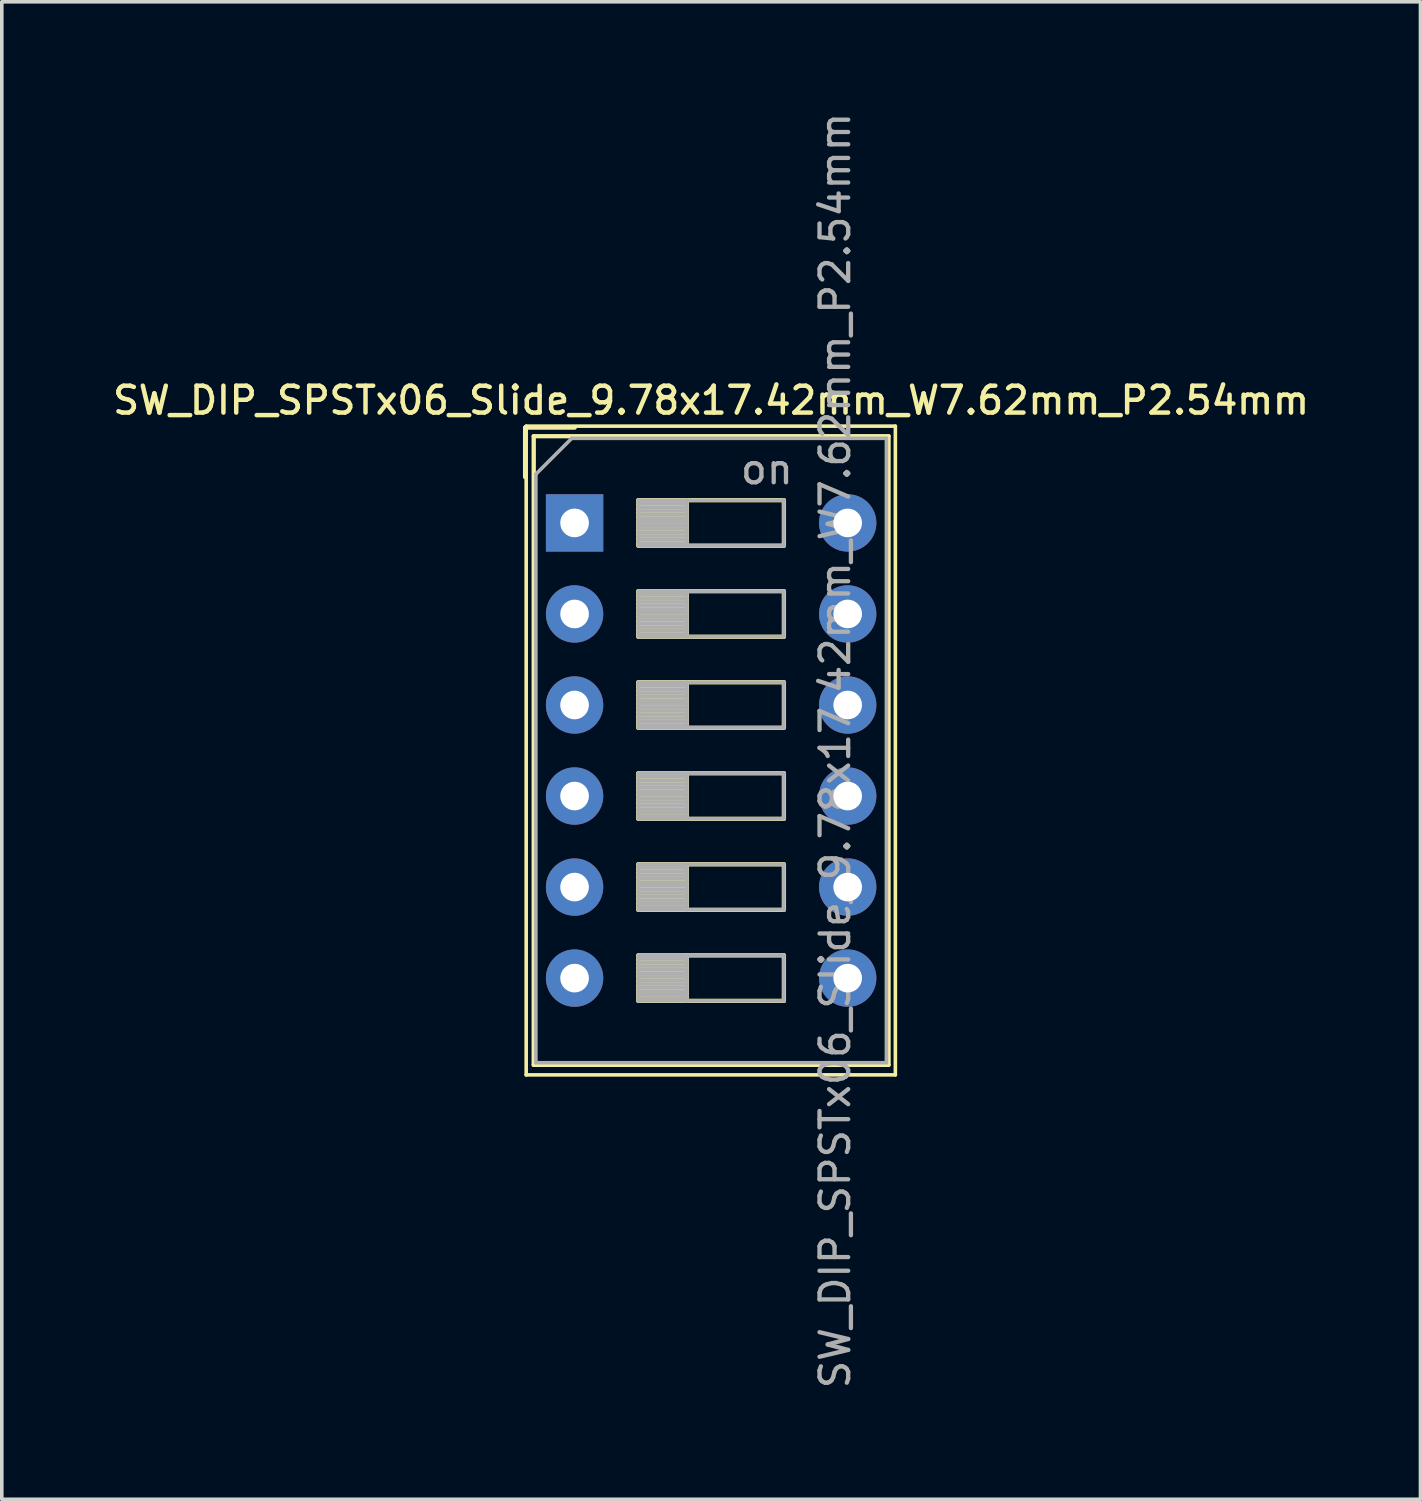
<source format=kicad_pcb>
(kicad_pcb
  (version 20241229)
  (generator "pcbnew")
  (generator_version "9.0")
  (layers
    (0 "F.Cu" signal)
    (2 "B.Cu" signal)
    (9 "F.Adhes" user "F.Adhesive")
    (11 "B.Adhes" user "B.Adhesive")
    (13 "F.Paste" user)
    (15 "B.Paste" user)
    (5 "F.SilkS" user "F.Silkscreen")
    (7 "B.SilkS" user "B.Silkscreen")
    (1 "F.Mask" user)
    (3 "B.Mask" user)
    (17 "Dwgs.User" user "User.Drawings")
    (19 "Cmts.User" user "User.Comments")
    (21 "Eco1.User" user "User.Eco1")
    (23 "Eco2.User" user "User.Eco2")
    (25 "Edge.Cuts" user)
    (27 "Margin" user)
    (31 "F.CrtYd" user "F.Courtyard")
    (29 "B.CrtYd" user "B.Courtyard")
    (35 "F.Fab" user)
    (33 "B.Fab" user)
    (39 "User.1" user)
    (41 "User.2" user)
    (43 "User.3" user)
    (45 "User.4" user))
  (footprint "SW_DIP_SPSTx06_Slide_9.78x17.42mm_W7.62mm_P2.54mm"
    (layer "F.Cu")
    (at 12.981 11.54)
    (property "Reference" "SW_DIP_SPSTx06_Slide_9.78x17.42mm_W7.62mm_P2.54mm" (at 3.81 -3.42 0) (layer "F.SilkS") (effects (font (size 0.75 0.75) (thickness 0.125))))
    (attr through_hole)
    (fp_line (start -1.38 -2.66) (end -1.38 -1.277) (stroke (width 0.12) (type solid)) (layer "F.SilkS"))
    (fp_line (start -1.38 -2.66) (end 0.004 -2.66) (stroke (width 0.12) (type solid)) (layer "F.SilkS"))
    (fp_line (start -1.35 -2.7) (end -1.35 15.4) (stroke (width 0.1) (type solid)) (layer "F.SilkS"))
    (fp_line (start -1.35 15.4) (end 8.95 15.4) (stroke (width 0.1) (type solid)) (layer "F.SilkS"))
    (fp_line (start -1.14 -2.42) (end -1.14 15.12) (stroke (width 0.12) (type solid)) (layer "F.SilkS"))
    (fp_line (start -1.14 -2.42) (end 8.76 -2.42) (stroke (width 0.12) (type solid)) (layer "F.SilkS"))
    (fp_line (start -1.14 15.12) (end 8.76 15.12) (stroke (width 0.12) (type solid)) (layer "F.SilkS"))
    (fp_line (start 1.78 -0.635) (end 1.78 0.635) (stroke (width 0.12) (type solid)) (layer "F.SilkS"))
    (fp_line (start 1.78 -0.515) (end 3.133 -0.515) (stroke (width 0.12) (type solid)) (layer "F.SilkS"))
    (fp_line (start 1.78 -0.395) (end 3.133 -0.395) (stroke (width 0.12) (type solid)) (layer "F.SilkS"))
    (fp_line (start 1.78 -0.275) (end 3.133 -0.275) (stroke (width 0.12) (type solid)) (layer "F.SilkS"))
    (fp_line (start 1.78 -0.155) (end 3.133 -0.155) (stroke (width 0.12) (type solid)) (layer "F.SilkS"))
    (fp_line (start 1.78 -0.035) (end 3.133 -0.035) (stroke (width 0.12) (type solid)) (layer "F.SilkS"))
    (fp_line (start 1.78 0.085) (end 3.133 0.085) (stroke (width 0.12) (type solid)) (layer "F.SilkS"))
    (fp_line (start 1.78 0.205) (end 3.133 0.205) (stroke (width 0.12) (type solid)) (layer "F.SilkS"))
    (fp_line (start 1.78 0.325) (end 3.133 0.325) (stroke (width 0.12) (type solid)) (layer "F.SilkS"))
    (fp_line (start 1.78 0.445) (end 3.133 0.445) (stroke (width 0.12) (type solid)) (layer "F.SilkS"))
    (fp_line (start 1.78 0.565) (end 3.133 0.565) (stroke (width 0.12) (type solid)) (layer "F.SilkS"))
    (fp_line (start 1.78 0.635) (end 5.84 0.635) (stroke (width 0.12) (type solid)) (layer "F.SilkS"))
    (fp_line (start 1.78 1.905) (end 1.78 3.175) (stroke (width 0.12) (type solid)) (layer "F.SilkS"))
    (fp_line (start 1.78 2.025) (end 3.133 2.025) (stroke (width 0.12) (type solid)) (layer "F.SilkS"))
    (fp_line (start 1.78 2.145) (end 3.133 2.145) (stroke (width 0.12) (type solid)) (layer "F.SilkS"))
    (fp_line (start 1.78 2.265) (end 3.133 2.265) (stroke (width 0.12) (type solid)) (layer "F.SilkS"))
    (fp_line (start 1.78 2.385) (end 3.133 2.385) (stroke (width 0.12) (type solid)) (layer "F.SilkS"))
    (fp_line (start 1.78 2.505) (end 3.133 2.505) (stroke (width 0.12) (type solid)) (layer "F.SilkS"))
    (fp_line (start 1.78 2.625) (end 3.133 2.625) (stroke (width 0.12) (type solid)) (layer "F.SilkS"))
    (fp_line (start 1.78 2.745) (end 3.133 2.745) (stroke (width 0.12) (type solid)) (layer "F.SilkS"))
    (fp_line (start 1.78 2.865) (end 3.133 2.865) (stroke (width 0.12) (type solid)) (layer "F.SilkS"))
    (fp_line (start 1.78 2.985) (end 3.133 2.985) (stroke (width 0.12) (type solid)) (layer "F.SilkS"))
    (fp_line (start 1.78 3.105) (end 3.133 3.105) (stroke (width 0.12) (type solid)) (layer "F.SilkS"))
    (fp_line (start 1.78 3.175) (end 5.84 3.175) (stroke (width 0.12) (type solid)) (layer "F.SilkS"))
    (fp_line (start 1.78 4.445) (end 1.78 5.715) (stroke (width 0.12) (type solid)) (layer "F.SilkS"))
    (fp_line (start 1.78 4.565) (end 3.133 4.565) (stroke (width 0.12) (type solid)) (layer "F.SilkS"))
    (fp_line (start 1.78 4.685) (end 3.133 4.685) (stroke (width 0.12) (type solid)) (layer "F.SilkS"))
    (fp_line (start 1.78 4.805) (end 3.133 4.805) (stroke (width 0.12) (type solid)) (layer "F.SilkS"))
    (fp_line (start 1.78 4.925) (end 3.133 4.925) (stroke (width 0.12) (type solid)) (layer "F.SilkS"))
    (fp_line (start 1.78 5.045) (end 3.133 5.045) (stroke (width 0.12) (type solid)) (layer "F.SilkS"))
    (fp_line (start 1.78 5.165) (end 3.133 5.165) (stroke (width 0.12) (type solid)) (layer "F.SilkS"))
    (fp_line (start 1.78 5.285) (end 3.133 5.285) (stroke (width 0.12) (type solid)) (layer "F.SilkS"))
    (fp_line (start 1.78 5.405) (end 3.133 5.405) (stroke (width 0.12) (type solid)) (layer "F.SilkS"))
    (fp_line (start 1.78 5.525) (end 3.133 5.525) (stroke (width 0.12) (type solid)) (layer "F.SilkS"))
    (fp_line (start 1.78 5.645) (end 3.133 5.645) (stroke (width 0.12) (type solid)) (layer "F.SilkS"))
    (fp_line (start 1.78 5.715) (end 5.84 5.715) (stroke (width 0.12) (type solid)) (layer "F.SilkS"))
    (fp_line (start 1.78 6.985) (end 1.78 8.255) (stroke (width 0.12) (type solid)) (layer "F.SilkS"))
    (fp_line (start 1.78 7.105) (end 3.133 7.105) (stroke (width 0.12) (type solid)) (layer "F.SilkS"))
    (fp_line (start 1.78 7.225) (end 3.133 7.225) (stroke (width 0.12) (type solid)) (layer "F.SilkS"))
    (fp_line (start 1.78 7.345) (end 3.133 7.345) (stroke (width 0.12) (type solid)) (layer "F.SilkS"))
    (fp_line (start 1.78 7.465) (end 3.133 7.465) (stroke (width 0.12) (type solid)) (layer "F.SilkS"))
    (fp_line (start 1.78 7.585) (end 3.133 7.585) (stroke (width 0.12) (type solid)) (layer "F.SilkS"))
    (fp_line (start 1.78 7.705) (end 3.133 7.705) (stroke (width 0.12) (type solid)) (layer "F.SilkS"))
    (fp_line (start 1.78 7.825) (end 3.133 7.825) (stroke (width 0.12) (type solid)) (layer "F.SilkS"))
    (fp_line (start 1.78 7.945) (end 3.133 7.945) (stroke (width 0.12) (type solid)) (layer "F.SilkS"))
    (fp_line (start 1.78 8.065) (end 3.133 8.065) (stroke (width 0.12) (type solid)) (layer "F.SilkS"))
    (fp_line (start 1.78 8.185) (end 3.133 8.185) (stroke (width 0.12) (type solid)) (layer "F.SilkS"))
    (fp_line (start 1.78 8.255) (end 5.84 8.255) (stroke (width 0.12) (type solid)) (layer "F.SilkS"))
    (fp_line (start 1.78 9.525) (end 1.78 10.795) (stroke (width 0.12) (type solid)) (layer "F.SilkS"))
    (fp_line (start 1.78 9.645) (end 3.133 9.645) (stroke (width 0.12) (type solid)) (layer "F.SilkS"))
    (fp_line (start 1.78 9.765) (end 3.133 9.765) (stroke (width 0.12) (type solid)) (layer "F.SilkS"))
    (fp_line (start 1.78 9.885) (end 3.133 9.885) (stroke (width 0.12) (type solid)) (layer "F.SilkS"))
    (fp_line (start 1.78 10.005) (end 3.133 10.005) (stroke (width 0.12) (type solid)) (layer "F.SilkS"))
    (fp_line (start 1.78 10.125) (end 3.133 10.125) (stroke (width 0.12) (type solid)) (layer "F.SilkS"))
    (fp_line (start 1.78 10.245) (end 3.133 10.245) (stroke (width 0.12) (type solid)) (layer "F.SilkS"))
    (fp_line (start 1.78 10.365) (end 3.133 10.365) (stroke (width 0.12) (type solid)) (layer "F.SilkS"))
    (fp_line (start 1.78 10.485) (end 3.133 10.485) (stroke (width 0.12) (type solid)) (layer "F.SilkS"))
    (fp_line (start 1.78 10.605) (end 3.133 10.605) (stroke (width 0.12) (type solid)) (layer "F.SilkS"))
    (fp_line (start 1.78 10.725) (end 3.133 10.725) (stroke (width 0.12) (type solid)) (layer "F.SilkS"))
    (fp_line (start 1.78 10.795) (end 5.84 10.795) (stroke (width 0.12) (type solid)) (layer "F.SilkS"))
    (fp_line (start 1.78 12.065) (end 1.78 13.335) (stroke (width 0.12) (type solid)) (layer "F.SilkS"))
    (fp_line (start 1.78 12.185) (end 3.133 12.185) (stroke (width 0.12) (type solid)) (layer "F.SilkS"))
    (fp_line (start 1.78 12.305) (end 3.133 12.305) (stroke (width 0.12) (type solid)) (layer "F.SilkS"))
    (fp_line (start 1.78 12.425) (end 3.133 12.425) (stroke (width 0.12) (type solid)) (layer "F.SilkS"))
    (fp_line (start 1.78 12.545) (end 3.133 12.545) (stroke (width 0.12) (type solid)) (layer "F.SilkS"))
    (fp_line (start 1.78 12.665) (end 3.133 12.665) (stroke (width 0.12) (type solid)) (layer "F.SilkS"))
    (fp_line (start 1.78 12.785) (end 3.133 12.785) (stroke (width 0.12) (type solid)) (layer "F.SilkS"))
    (fp_line (start 1.78 12.905) (end 3.133 12.905) (stroke (width 0.12) (type solid)) (layer "F.SilkS"))
    (fp_line (start 1.78 13.025) (end 3.133 13.025) (stroke (width 0.12) (type solid)) (layer "F.SilkS"))
    (fp_line (start 1.78 13.145) (end 3.133 13.145) (stroke (width 0.12) (type solid)) (layer "F.SilkS"))
    (fp_line (start 1.78 13.265) (end 3.133 13.265) (stroke (width 0.12) (type solid)) (layer "F.SilkS"))
    (fp_line (start 1.78 13.335) (end 5.84 13.335) (stroke (width 0.12) (type solid)) (layer "F.SilkS"))
    (fp_line (start 3.133 -0.635) (end 3.133 0.635) (stroke (width 0.12) (type solid)) (layer "F.SilkS"))
    (fp_line (start 3.133 1.905) (end 3.133 3.175) (stroke (width 0.12) (type solid)) (layer "F.SilkS"))
    (fp_line (start 3.133 4.445) (end 3.133 5.715) (stroke (width 0.12) (type solid)) (layer "F.SilkS"))
    (fp_line (start 3.133 6.985) (end 3.133 8.255) (stroke (width 0.12) (type solid)) (layer "F.SilkS"))
    (fp_line (start 3.133 9.525) (end 3.133 10.795) (stroke (width 0.12) (type solid)) (layer "F.SilkS"))
    (fp_line (start 3.133 12.065) (end 3.133 13.335) (stroke (width 0.12) (type solid)) (layer "F.SilkS"))
    (fp_line (start 5.84 -0.635) (end 1.78 -0.635) (stroke (width 0.12) (type solid)) (layer "F.SilkS"))
    (fp_line (start 5.84 0.635) (end 5.84 -0.635) (stroke (width 0.12) (type solid)) (layer "F.SilkS"))
    (fp_line (start 5.84 1.905) (end 1.78 1.905) (stroke (width 0.12) (type solid)) (layer "F.SilkS"))
    (fp_line (start 5.84 3.175) (end 5.84 1.905) (stroke (width 0.12) (type solid)) (layer "F.SilkS"))
    (fp_line (start 5.84 4.445) (end 1.78 4.445) (stroke (width 0.12) (type solid)) (layer "F.SilkS"))
    (fp_line (start 5.84 5.715) (end 5.84 4.445) (stroke (width 0.12) (type solid)) (layer "F.SilkS"))
    (fp_line (start 5.84 6.985) (end 1.78 6.985) (stroke (width 0.12) (type solid)) (layer "F.SilkS"))
    (fp_line (start 5.84 8.255) (end 5.84 6.985) (stroke (width 0.12) (type solid)) (layer "F.SilkS"))
    (fp_line (start 5.84 9.525) (end 1.78 9.525) (stroke (width 0.12) (type solid)) (layer "F.SilkS"))
    (fp_line (start 5.84 10.795) (end 5.84 9.525) (stroke (width 0.12) (type solid)) (layer "F.SilkS"))
    (fp_line (start 5.84 12.065) (end 1.78 12.065) (stroke (width 0.12) (type solid)) (layer "F.SilkS"))
    (fp_line (start 5.84 13.335) (end 5.84 12.065) (stroke (width 0.12) (type solid)) (layer "F.SilkS"))
    (fp_line (start 8.76 -2.42) (end 8.76 15.12) (stroke (width 0.12) (type solid)) (layer "F.SilkS"))
    (fp_line (start 8.95 -2.7) (end -1.35 -2.7) (stroke (width 0.1) (type solid)) (layer "F.SilkS"))
    (fp_line (start 8.95 15.4) (end 8.95 -2.7) (stroke (width 0.1) (type solid)) (layer "F.SilkS"))
    (fp_line (start -1.08 -1.36) (end -0.08 -2.36) (stroke (width 0.1) (type solid)) (layer "F.Fab"))
    (fp_line (start -1.08 15.06) (end -1.08 -1.36) (stroke (width 0.1) (type solid)) (layer "F.Fab"))
    (fp_line (start -0.08 -2.36) (end 8.7 -2.36) (stroke (width 0.1) (type solid)) (layer "F.Fab"))
    (fp_line (start 1.78 -0.635) (end 1.78 0.635) (stroke (width 0.1) (type solid)) (layer "F.Fab"))
    (fp_line (start 1.78 -0.535) (end 3.133 -0.535) (stroke (width 0.1) (type solid)) (layer "F.Fab"))
    (fp_line (start 1.78 -0.435) (end 3.133 -0.435) (stroke (width 0.1) (type solid)) (layer "F.Fab"))
    (fp_line (start 1.78 -0.335) (end 3.133 -0.335) (stroke (width 0.1) (type solid)) (layer "F.Fab"))
    (fp_line (start 1.78 -0.235) (end 3.133 -0.235) (stroke (width 0.1) (type solid)) (layer "F.Fab"))
    (fp_line (start 1.78 -0.135) (end 3.133 -0.135) (stroke (width 0.1) (type solid)) (layer "F.Fab"))
    (fp_line (start 1.78 -0.035) (end 3.133 -0.035) (stroke (width 0.1) (type solid)) (layer "F.Fab"))
    (fp_line (start 1.78 0.065) (end 3.133 0.065) (stroke (width 0.1) (type solid)) (layer "F.Fab"))
    (fp_line (start 1.78 0.165) (end 3.133 0.165) (stroke (width 0.1) (type solid)) (layer "F.Fab"))
    (fp_line (start 1.78 0.265) (end 3.133 0.265) (stroke (width 0.1) (type solid)) (layer "F.Fab"))
    (fp_line (start 1.78 0.365) (end 3.133 0.365) (stroke (width 0.1) (type solid)) (layer "F.Fab"))
    (fp_line (start 1.78 0.465) (end 3.133 0.465) (stroke (width 0.1) (type solid)) (layer "F.Fab"))
    (fp_line (start 1.78 0.565) (end 3.133 0.565) (stroke (width 0.1) (type solid)) (layer "F.Fab"))
    (fp_line (start 1.78 0.635) (end 5.84 0.635) (stroke (width 0.1) (type solid)) (layer "F.Fab"))
    (fp_line (start 1.78 1.905) (end 1.78 3.175) (stroke (width 0.1) (type solid)) (layer "F.Fab"))
    (fp_line (start 1.78 2.005) (end 3.133 2.005) (stroke (width 0.1) (type solid)) (layer "F.Fab"))
    (fp_line (start 1.78 2.105) (end 3.133 2.105) (stroke (width 0.1) (type solid)) (layer "F.Fab"))
    (fp_line (start 1.78 2.205) (end 3.133 2.205) (stroke (width 0.1) (type solid)) (layer "F.Fab"))
    (fp_line (start 1.78 2.305) (end 3.133 2.305) (stroke (width 0.1) (type solid)) (layer "F.Fab"))
    (fp_line (start 1.78 2.405) (end 3.133 2.405) (stroke (width 0.1) (type solid)) (layer "F.Fab"))
    (fp_line (start 1.78 2.505) (end 3.133 2.505) (stroke (width 0.1) (type solid)) (layer "F.Fab"))
    (fp_line (start 1.78 2.605) (end 3.133 2.605) (stroke (width 0.1) (type solid)) (layer "F.Fab"))
    (fp_line (start 1.78 2.705) (end 3.133 2.705) (stroke (width 0.1) (type solid)) (layer "F.Fab"))
    (fp_line (start 1.78 2.805) (end 3.133 2.805) (stroke (width 0.1) (type solid)) (layer "F.Fab"))
    (fp_line (start 1.78 2.905) (end 3.133 2.905) (stroke (width 0.1) (type solid)) (layer "F.Fab"))
    (fp_line (start 1.78 3.005) (end 3.133 3.005) (stroke (width 0.1) (type solid)) (layer "F.Fab"))
    (fp_line (start 1.78 3.105) (end 3.133 3.105) (stroke (width 0.1) (type solid)) (layer "F.Fab"))
    (fp_line (start 1.78 3.175) (end 5.84 3.175) (stroke (width 0.1) (type solid)) (layer "F.Fab"))
    (fp_line (start 1.78 4.445) (end 1.78 5.715) (stroke (width 0.1) (type solid)) (layer "F.Fab"))
    (fp_line (start 1.78 4.545) (end 3.133 4.545) (stroke (width 0.1) (type solid)) (layer "F.Fab"))
    (fp_line (start 1.78 4.645) (end 3.133 4.645) (stroke (width 0.1) (type solid)) (layer "F.Fab"))
    (fp_line (start 1.78 4.745) (end 3.133 4.745) (stroke (width 0.1) (type solid)) (layer "F.Fab"))
    (fp_line (start 1.78 4.845) (end 3.133 4.845) (stroke (width 0.1) (type solid)) (layer "F.Fab"))
    (fp_line (start 1.78 4.945) (end 3.133 4.945) (stroke (width 0.1) (type solid)) (layer "F.Fab"))
    (fp_line (start 1.78 5.045) (end 3.133 5.045) (stroke (width 0.1) (type solid)) (layer "F.Fab"))
    (fp_line (start 1.78 5.145) (end 3.133 5.145) (stroke (width 0.1) (type solid)) (layer "F.Fab"))
    (fp_line (start 1.78 5.245) (end 3.133 5.245) (stroke (width 0.1) (type solid)) (layer "F.Fab"))
    (fp_line (start 1.78 5.345) (end 3.133 5.345) (stroke (width 0.1) (type solid)) (layer "F.Fab"))
    (fp_line (start 1.78 5.445) (end 3.133 5.445) (stroke (width 0.1) (type solid)) (layer "F.Fab"))
    (fp_line (start 1.78 5.545) (end 3.133 5.545) (stroke (width 0.1) (type solid)) (layer "F.Fab"))
    (fp_line (start 1.78 5.645) (end 3.133 5.645) (stroke (width 0.1) (type solid)) (layer "F.Fab"))
    (fp_line (start 1.78 5.715) (end 5.84 5.715) (stroke (width 0.1) (type solid)) (layer "F.Fab"))
    (fp_line (start 1.78 6.985) (end 1.78 8.255) (stroke (width 0.1) (type solid)) (layer "F.Fab"))
    (fp_line (start 1.78 7.085) (end 3.133 7.085) (stroke (width 0.1) (type solid)) (layer "F.Fab"))
    (fp_line (start 1.78 7.185) (end 3.133 7.185) (stroke (width 0.1) (type solid)) (layer "F.Fab"))
    (fp_line (start 1.78 7.285) (end 3.133 7.285) (stroke (width 0.1) (type solid)) (layer "F.Fab"))
    (fp_line (start 1.78 7.385) (end 3.133 7.385) (stroke (width 0.1) (type solid)) (layer "F.Fab"))
    (fp_line (start 1.78 7.485) (end 3.133 7.485) (stroke (width 0.1) (type solid)) (layer "F.Fab"))
    (fp_line (start 1.78 7.585) (end 3.133 7.585) (stroke (width 0.1) (type solid)) (layer "F.Fab"))
    (fp_line (start 1.78 7.685) (end 3.133 7.685) (stroke (width 0.1) (type solid)) (layer "F.Fab"))
    (fp_line (start 1.78 7.785) (end 3.133 7.785) (stroke (width 0.1) (type solid)) (layer "F.Fab"))
    (fp_line (start 1.78 7.885) (end 3.133 7.885) (stroke (width 0.1) (type solid)) (layer "F.Fab"))
    (fp_line (start 1.78 7.985) (end 3.133 7.985) (stroke (width 0.1) (type solid)) (layer "F.Fab"))
    (fp_line (start 1.78 8.085) (end 3.133 8.085) (stroke (width 0.1) (type solid)) (layer "F.Fab"))
    (fp_line (start 1.78 8.185) (end 3.133 8.185) (stroke (width 0.1) (type solid)) (layer "F.Fab"))
    (fp_line (start 1.78 8.255) (end 5.84 8.255) (stroke (width 0.1) (type solid)) (layer "F.Fab"))
    (fp_line (start 1.78 9.525) (end 1.78 10.795) (stroke (width 0.1) (type solid)) (layer "F.Fab"))
    (fp_line (start 1.78 9.625) (end 3.133 9.625) (stroke (width 0.1) (type solid)) (layer "F.Fab"))
    (fp_line (start 1.78 9.725) (end 3.133 9.725) (stroke (width 0.1) (type solid)) (layer "F.Fab"))
    (fp_line (start 1.78 9.825) (end 3.133 9.825) (stroke (width 0.1) (type solid)) (layer "F.Fab"))
    (fp_line (start 1.78 9.925) (end 3.133 9.925) (stroke (width 0.1) (type solid)) (layer "F.Fab"))
    (fp_line (start 1.78 10.025) (end 3.133 10.025) (stroke (width 0.1) (type solid)) (layer "F.Fab"))
    (fp_line (start 1.78 10.125) (end 3.133 10.125) (stroke (width 0.1) (type solid)) (layer "F.Fab"))
    (fp_line (start 1.78 10.225) (end 3.133 10.225) (stroke (width 0.1) (type solid)) (layer "F.Fab"))
    (fp_line (start 1.78 10.325) (end 3.133 10.325) (stroke (width 0.1) (type solid)) (layer "F.Fab"))
    (fp_line (start 1.78 10.425) (end 3.133 10.425) (stroke (width 0.1) (type solid)) (layer "F.Fab"))
    (fp_line (start 1.78 10.525) (end 3.133 10.525) (stroke (width 0.1) (type solid)) (layer "F.Fab"))
    (fp_line (start 1.78 10.625) (end 3.133 10.625) (stroke (width 0.1) (type solid)) (layer "F.Fab"))
    (fp_line (start 1.78 10.725) (end 3.133 10.725) (stroke (width 0.1) (type solid)) (layer "F.Fab"))
    (fp_line (start 1.78 10.795) (end 5.84 10.795) (stroke (width 0.1) (type solid)) (layer "F.Fab"))
    (fp_line (start 1.78 12.065) (end 1.78 13.335) (stroke (width 0.1) (type solid)) (layer "F.Fab"))
    (fp_line (start 1.78 12.165) (end 3.133 12.165) (stroke (width 0.1) (type solid)) (layer "F.Fab"))
    (fp_line (start 1.78 12.265) (end 3.133 12.265) (stroke (width 0.1) (type solid)) (layer "F.Fab"))
    (fp_line (start 1.78 12.365) (end 3.133 12.365) (stroke (width 0.1) (type solid)) (layer "F.Fab"))
    (fp_line (start 1.78 12.465) (end 3.133 12.465) (stroke (width 0.1) (type solid)) (layer "F.Fab"))
    (fp_line (start 1.78 12.565) (end 3.133 12.565) (stroke (width 0.1) (type solid)) (layer "F.Fab"))
    (fp_line (start 1.78 12.665) (end 3.133 12.665) (stroke (width 0.1) (type solid)) (layer "F.Fab"))
    (fp_line (start 1.78 12.765) (end 3.133 12.765) (stroke (width 0.1) (type solid)) (layer "F.Fab"))
    (fp_line (start 1.78 12.865) (end 3.133 12.865) (stroke (width 0.1) (type solid)) (layer "F.Fab"))
    (fp_line (start 1.78 12.965) (end 3.133 12.965) (stroke (width 0.1) (type solid)) (layer "F.Fab"))
    (fp_line (start 1.78 13.065) (end 3.133 13.065) (stroke (width 0.1) (type solid)) (layer "F.Fab"))
    (fp_line (start 1.78 13.165) (end 3.133 13.165) (stroke (width 0.1) (type solid)) (layer "F.Fab"))
    (fp_line (start 1.78 13.265) (end 3.133 13.265) (stroke (width 0.1) (type solid)) (layer "F.Fab"))
    (fp_line (start 1.78 13.335) (end 5.84 13.335) (stroke (width 0.1) (type solid)) (layer "F.Fab"))
    (fp_line (start 3.133 -0.635) (end 3.133 0.635) (stroke (width 0.1) (type solid)) (layer "F.Fab"))
    (fp_line (start 3.133 1.905) (end 3.133 3.175) (stroke (width 0.1) (type solid)) (layer "F.Fab"))
    (fp_line (start 3.133 4.445) (end 3.133 5.715) (stroke (width 0.1) (type solid)) (layer "F.Fab"))
    (fp_line (start 3.133 6.985) (end 3.133 8.255) (stroke (width 0.1) (type solid)) (layer "F.Fab"))
    (fp_line (start 3.133 9.525) (end 3.133 10.795) (stroke (width 0.1) (type solid)) (layer "F.Fab"))
    (fp_line (start 3.133 12.065) (end 3.133 13.335) (stroke (width 0.1) (type solid)) (layer "F.Fab"))
    (fp_line (start 5.84 -0.635) (end 1.78 -0.635) (stroke (width 0.1) (type solid)) (layer "F.Fab"))
    (fp_line (start 5.84 0.635) (end 5.84 -0.635) (stroke (width 0.1) (type solid)) (layer "F.Fab"))
    (fp_line (start 5.84 1.905) (end 1.78 1.905) (stroke (width 0.1) (type solid)) (layer "F.Fab"))
    (fp_line (start 5.84 3.175) (end 5.84 1.905) (stroke (width 0.1) (type solid)) (layer "F.Fab"))
    (fp_line (start 5.84 4.445) (end 1.78 4.445) (stroke (width 0.1) (type solid)) (layer "F.Fab"))
    (fp_line (start 5.84 5.715) (end 5.84 4.445) (stroke (width 0.1) (type solid)) (layer "F.Fab"))
    (fp_line (start 5.84 6.985) (end 1.78 6.985) (stroke (width 0.1) (type solid)) (layer "F.Fab"))
    (fp_line (start 5.84 8.255) (end 5.84 6.985) (stroke (width 0.1) (type solid)) (layer "F.Fab"))
    (fp_line (start 5.84 9.525) (end 1.78 9.525) (stroke (width 0.1) (type solid)) (layer "F.Fab"))
    (fp_line (start 5.84 10.795) (end 5.84 9.525) (stroke (width 0.1) (type solid)) (layer "F.Fab"))
    (fp_line (start 5.84 12.065) (end 1.78 12.065) (stroke (width 0.1) (type solid)) (layer "F.Fab"))
    (fp_line (start 5.84 13.335) (end 5.84 12.065) (stroke (width 0.1) (type solid)) (layer "F.Fab"))
    (fp_line (start 8.7 -2.36) (end 8.7 15.06) (stroke (width 0.1) (type solid)) (layer "F.Fab"))
    (fp_line (start 8.7 15.06) (end -1.08 15.06) (stroke (width 0.1) (type solid)) (layer "F.Fab"))
    (fp_text user "on" (at 5.365 -1.498 0) (layer "F.Fab") (effects (font (size 0.8 0.8) (thickness 0.12))))
    (fp_text user "${REFERENCE}" (at 7.27 6.35 90) (layer "F.Fab") (effects (font (size 0.8 0.8) (thickness 0.12))))
    (pad "1" thru_hole rect (at 0 0) (size 1.6 1.6) (drill 0.8) (layers "*.Cu" "*.Mask"))
    (pad "2" thru_hole oval (at 0 2.54) (size 1.6 1.6) (drill 0.8) (layers "*.Cu" "*.Mask"))
    (pad "3" thru_hole oval (at 0 5.08) (size 1.6 1.6) (drill 0.8) (layers "*.Cu" "*.Mask"))
    (pad "4" thru_hole oval (at 0 7.62) (size 1.6 1.6) (drill 0.8) (layers "*.Cu" "*.Mask"))
    (pad "5" thru_hole oval (at 0 10.16) (size 1.6 1.6) (drill 0.8) (layers "*.Cu" "*.Mask"))
    (pad "6" thru_hole oval (at 0 12.7) (size 1.6 1.6) (drill 0.8) (layers "*.Cu" "*.Mask"))
    (pad "7" thru_hole oval (at 7.62 12.7) (size 1.6 1.6) (drill 0.8) (layers "*.Cu" "*.Mask"))
    (pad "8" thru_hole oval (at 7.62 10.16) (size 1.6 1.6) (drill 0.8) (layers "*.Cu" "*.Mask"))
    (pad "9" thru_hole oval (at 7.62 7.62) (size 1.6 1.6) (drill 0.8) (layers "*.Cu" "*.Mask"))
    (pad "10" thru_hole oval (at 7.62 5.08) (size 1.6 1.6) (drill 0.8) (layers "*.Cu" "*.Mask"))
    (pad "11" thru_hole oval (at 7.62 2.54) (size 1.6 1.6) (drill 0.8) (layers "*.Cu" "*.Mask"))
    (pad "12" thru_hole oval (at 7.62 0) (size 1.6 1.6) (drill 0.8) (layers "*.Cu" "*.Mask")))
  (gr_rect
    (start -3 -3)
    (end 36.582 38.781)
    (stroke (width 0.1) (type default))
    (fill no)
    (layer "Edge.Cuts")))
</source>
